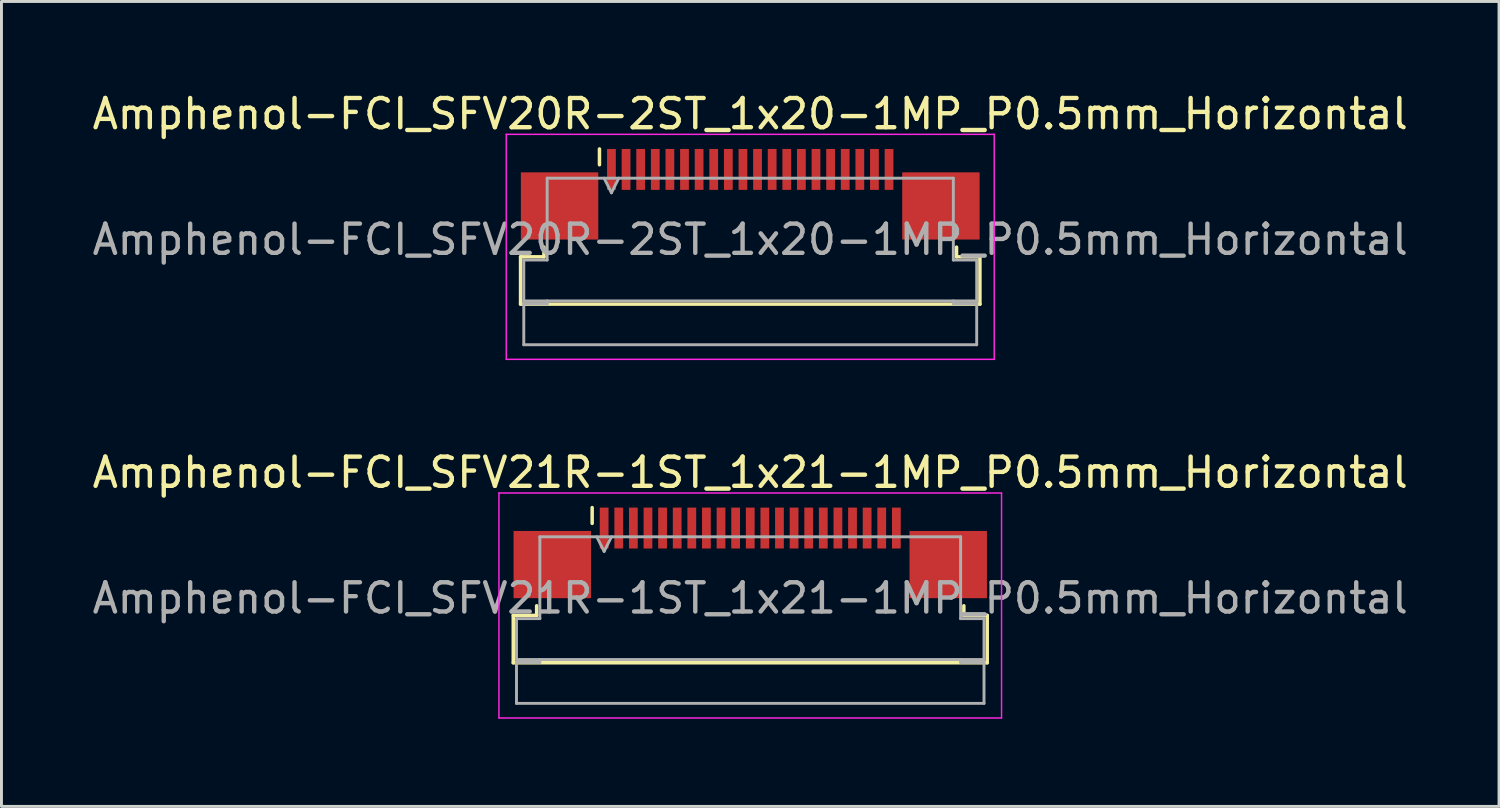
<source format=kicad_pcb>
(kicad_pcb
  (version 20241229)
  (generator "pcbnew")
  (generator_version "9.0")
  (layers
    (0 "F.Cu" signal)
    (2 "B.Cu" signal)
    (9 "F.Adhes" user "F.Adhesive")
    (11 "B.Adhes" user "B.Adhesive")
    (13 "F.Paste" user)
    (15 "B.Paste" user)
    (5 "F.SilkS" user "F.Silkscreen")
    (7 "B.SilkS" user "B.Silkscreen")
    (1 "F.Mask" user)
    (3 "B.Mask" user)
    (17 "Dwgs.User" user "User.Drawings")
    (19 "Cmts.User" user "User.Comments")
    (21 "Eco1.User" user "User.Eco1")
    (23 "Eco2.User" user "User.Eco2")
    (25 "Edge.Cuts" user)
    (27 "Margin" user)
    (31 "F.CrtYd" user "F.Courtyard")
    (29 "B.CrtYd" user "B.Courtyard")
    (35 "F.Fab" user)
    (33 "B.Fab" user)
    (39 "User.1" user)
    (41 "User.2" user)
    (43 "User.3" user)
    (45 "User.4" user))
  (footprint "Amphenol-FCI_SFV21R-1ST_1x21-1MP_P0.5mm_Horizontal"
    (layer "F.Cu")
    (at 22.625 17.021)
    (property "Reference" "Amphenol-FCI_SFV21R-1ST_1x21-1MP_P0.5mm_Horizontal" (at 0 -3.9 0) (layer "F.SilkS") (effects (font (size 1 1) (thickness 0.15))))
    (attr smd)
    (fp_line (start -8.11 0.99) (end -7.31 0.99) (stroke (width 0.12) (type solid)) (layer "F.SilkS"))
    (fp_line (start -8.11 2.61) (end -8.11 0.99) (stroke (width 0.12) (type solid)) (layer "F.SilkS"))
    (fp_line (start -7.31 0.99) (end -7.31 0.66) (stroke (width 0.12) (type solid)) (layer "F.SilkS"))
    (fp_line (start -5.41 -2.16) (end -5.41 -2.7) (stroke (width 0.12) (type solid)) (layer "F.SilkS"))
    (fp_line (start 7.31 0.66) (end 7.31 0.99) (stroke (width 0.12) (type solid)) (layer "F.SilkS"))
    (fp_line (start 7.31 0.99) (end 8.11 0.99) (stroke (width 0.12) (type solid)) (layer "F.SilkS"))
    (fp_line (start 8.11 0.99) (end 8.11 2.61) (stroke (width 0.12) (type solid)) (layer "F.SilkS"))
    (fp_line (start 8.11 2.61) (end -8.11 2.61) (stroke (width 0.12) (type solid)) (layer "F.SilkS"))
    (fp_line (start -8.6 -3.2) (end -8.6 4.5) (stroke (width 0.05) (type solid)) (layer "F.CrtYd"))
    (fp_line (start -8.6 4.5) (end 8.6 4.5) (stroke (width 0.05) (type solid)) (layer "F.CrtYd"))
    (fp_line (start 8.6 -3.2) (end -8.6 -3.2) (stroke (width 0.05) (type solid)) (layer "F.CrtYd"))
    (fp_line (start 8.6 4.5) (end 8.6 -3.2) (stroke (width 0.05) (type solid)) (layer "F.CrtYd"))
    (fp_line (start -8 1.1) (end -7.2 1.1) (stroke (width 0.1) (type solid)) (layer "F.Fab"))
    (fp_line (start -8 2.5) (end -8 1.1) (stroke (width 0.1) (type solid)) (layer "F.Fab"))
    (fp_line (start -8 2.6) (end -7.2 2.6) (stroke (width 0.1) (type solid)) (layer "F.Fab"))
    (fp_line (start -8 4) (end -8 2.6) (stroke (width 0.1) (type solid)) (layer "F.Fab"))
    (fp_line (start -7.2 -1.7) (end 7.2 -1.7) (stroke (width 0.1) (type solid)) (layer "F.Fab"))
    (fp_line (start -7.2 1.1) (end -7.2 -1.7) (stroke (width 0.1) (type solid)) (layer "F.Fab"))
    (fp_line (start -7.2 2.6) (end -7.2 2.5) (stroke (width 0.1) (type solid)) (layer "F.Fab"))
    (fp_line (start -5.25 -1.7) (end -5 -1.2) (stroke (width 0.1) (type solid)) (layer "F.Fab"))
    (fp_line (start -5 -1.2) (end -4.75 -1.7) (stroke (width 0.1) (type solid)) (layer "F.Fab"))
    (fp_line (start 7.2 -1.7) (end 7.2 1.1) (stroke (width 0.1) (type solid)) (layer "F.Fab"))
    (fp_line (start 7.2 1.1) (end 8 1.1) (stroke (width 0.1) (type solid)) (layer "F.Fab"))
    (fp_line (start 7.2 2.5) (end 7.2 2.6) (stroke (width 0.1) (type solid)) (layer "F.Fab"))
    (fp_line (start 7.2 2.6) (end 8 2.6) (stroke (width 0.1) (type solid)) (layer "F.Fab"))
    (fp_line (start 8 1.1) (end 8 2.5) (stroke (width 0.1) (type solid)) (layer "F.Fab"))
    (fp_line (start 8 2.5) (end -8 2.5) (stroke (width 0.1) (type solid)) (layer "F.Fab"))
    (fp_line (start 8 2.6) (end 8 4) (stroke (width 0.1) (type solid)) (layer "F.Fab"))
    (fp_line (start 8 4) (end -8 4) (stroke (width 0.1) (type solid)) (layer "F.Fab"))
    (fp_text user "${REFERENCE}" (at 0 0.4 0) (layer "F.Fab") (effects (font (size 1 1) (thickness 0.15))))
    (pad "1" smd rect (at -5 -2) (size 0.3 1.4) (layers "F.Cu" "F.Mask" "F.Paste"))
    (pad "2" smd rect (at -4.5 -2) (size 0.3 1.4) (layers "F.Cu" "F.Mask" "F.Paste"))
    (pad "3" smd rect (at -4 -2) (size 0.3 1.4) (layers "F.Cu" "F.Mask" "F.Paste"))
    (pad "4" smd rect (at -3.5 -2) (size 0.3 1.4) (layers "F.Cu" "F.Mask" "F.Paste"))
    (pad "5" smd rect (at -3 -2) (size 0.3 1.4) (layers "F.Cu" "F.Mask" "F.Paste"))
    (pad "6" smd rect (at -2.5 -2) (size 0.3 1.4) (layers "F.Cu" "F.Mask" "F.Paste"))
    (pad "7" smd rect (at -2 -2) (size 0.3 1.4) (layers "F.Cu" "F.Mask" "F.Paste"))
    (pad "8" smd rect (at -1.5 -2) (size 0.3 1.4) (layers "F.Cu" "F.Mask" "F.Paste"))
    (pad "9" smd rect (at -1 -2) (size 0.3 1.4) (layers "F.Cu" "F.Mask" "F.Paste"))
    (pad "10" smd rect (at -0.5 -2) (size 0.3 1.4) (layers "F.Cu" "F.Mask" "F.Paste"))
    (pad "11" smd rect (at 0 -2) (size 0.3 1.4) (layers "F.Cu" "F.Mask" "F.Paste"))
    (pad "12" smd rect (at 0.5 -2) (size 0.3 1.4) (layers "F.Cu" "F.Mask" "F.Paste"))
    (pad "13" smd rect (at 1 -2) (size 0.3 1.4) (layers "F.Cu" "F.Mask" "F.Paste"))
    (pad "14" smd rect (at 1.5 -2) (size 0.3 1.4) (layers "F.Cu" "F.Mask" "F.Paste"))
    (pad "15" smd rect (at 2 -2) (size 0.3 1.4) (layers "F.Cu" "F.Mask" "F.Paste"))
    (pad "16" smd rect (at 2.5 -2) (size 0.3 1.4) (layers "F.Cu" "F.Mask" "F.Paste"))
    (pad "17" smd rect (at 3 -2) (size 0.3 1.4) (layers "F.Cu" "F.Mask" "F.Paste"))
    (pad "18" smd rect (at 3.5 -2) (size 0.3 1.4) (layers "F.Cu" "F.Mask" "F.Paste"))
    (pad "19" smd rect (at 4 -2) (size 0.3 1.4) (layers "F.Cu" "F.Mask" "F.Paste"))
    (pad "20" smd rect (at 4.5 -2) (size 0.3 1.4) (layers "F.Cu" "F.Mask" "F.Paste"))
    (pad "21" smd rect (at 5 -2) (size 0.3 1.4) (layers "F.Cu" "F.Mask" "F.Paste"))
    (pad "MP" smd rect (at -6.775 -0.75) (size 2.65 2.3) (layers "F.Cu" "F.Mask" "F.Paste"))
    (pad "MP" smd rect (at 6.775 -0.75) (size 2.65 2.3) (layers "F.Cu" "F.Mask" "F.Paste")))
  (footprint "Amphenol-FCI_SFV20R-2ST_1x20-1MP_P0.5mm_Horizontal"
    (layer "F.Cu")
    (at 22.625 4.748)
    (property "Reference" "Amphenol-FCI_SFV20R-2ST_1x20-1MP_P0.5mm_Horizontal" (at 0 -3.9 0) (layer "F.SilkS") (effects (font (size 1 1) (thickness 0.15))))
    (attr smd)
    (fp_line (start -7.86 0.99) (end -7.06 0.99) (stroke (width 0.12) (type solid)) (layer "F.SilkS"))
    (fp_line (start -7.86 2.61) (end -7.86 0.99) (stroke (width 0.12) (type solid)) (layer "F.SilkS"))
    (fp_line (start -7.06 0.99) (end -7.06 0.66) (stroke (width 0.12) (type solid)) (layer "F.SilkS"))
    (fp_line (start -5.16 -2.16) (end -5.16 -2.7) (stroke (width 0.12) (type solid)) (layer "F.SilkS"))
    (fp_line (start 7.06 0.66) (end 7.06 0.99) (stroke (width 0.12) (type solid)) (layer "F.SilkS"))
    (fp_line (start 7.06 0.99) (end 7.86 0.99) (stroke (width 0.12) (type solid)) (layer "F.SilkS"))
    (fp_line (start 7.86 0.99) (end 7.86 2.61) (stroke (width 0.12) (type solid)) (layer "F.SilkS"))
    (fp_line (start 7.86 2.61) (end -7.86 2.61) (stroke (width 0.12) (type solid)) (layer "F.SilkS"))
    (fp_line (start -8.35 -3.2) (end -8.35 4.5) (stroke (width 0.05) (type solid)) (layer "F.CrtYd"))
    (fp_line (start -8.35 4.5) (end 8.35 4.5) (stroke (width 0.05) (type solid)) (layer "F.CrtYd"))
    (fp_line (start 8.35 -3.2) (end -8.35 -3.2) (stroke (width 0.05) (type solid)) (layer "F.CrtYd"))
    (fp_line (start 8.35 4.5) (end 8.35 -3.2) (stroke (width 0.05) (type solid)) (layer "F.CrtYd"))
    (fp_line (start -7.75 1.1) (end -6.95 1.1) (stroke (width 0.1) (type solid)) (layer "F.Fab"))
    (fp_line (start -7.75 2.5) (end -7.75 1.1) (stroke (width 0.1) (type solid)) (layer "F.Fab"))
    (fp_line (start -7.75 2.6) (end -6.95 2.6) (stroke (width 0.1) (type solid)) (layer "F.Fab"))
    (fp_line (start -7.75 4) (end -7.75 2.6) (stroke (width 0.1) (type solid)) (layer "F.Fab"))
    (fp_line (start -6.95 -1.7) (end 6.95 -1.7) (stroke (width 0.1) (type solid)) (layer "F.Fab"))
    (fp_line (start -6.95 1.1) (end -6.95 -1.7) (stroke (width 0.1) (type solid)) (layer "F.Fab"))
    (fp_line (start -6.95 2.6) (end -6.95 2.5) (stroke (width 0.1) (type solid)) (layer "F.Fab"))
    (fp_line (start -5 -1.7) (end -4.75 -1.2) (stroke (width 0.1) (type solid)) (layer "F.Fab"))
    (fp_line (start -4.75 -1.2) (end -4.5 -1.7) (stroke (width 0.1) (type solid)) (layer "F.Fab"))
    (fp_line (start 6.95 -1.7) (end 6.95 1.1) (stroke (width 0.1) (type solid)) (layer "F.Fab"))
    (fp_line (start 6.95 1.1) (end 7.75 1.1) (stroke (width 0.1) (type solid)) (layer "F.Fab"))
    (fp_line (start 6.95 2.5) (end 6.95 2.6) (stroke (width 0.1) (type solid)) (layer "F.Fab"))
    (fp_line (start 6.95 2.6) (end 7.75 2.6) (stroke (width 0.1) (type solid)) (layer "F.Fab"))
    (fp_line (start 7.75 1.1) (end 7.75 2.5) (stroke (width 0.1) (type solid)) (layer "F.Fab"))
    (fp_line (start 7.75 2.5) (end -7.75 2.5) (stroke (width 0.1) (type solid)) (layer "F.Fab"))
    (fp_line (start 7.75 2.6) (end 7.75 4) (stroke (width 0.1) (type solid)) (layer "F.Fab"))
    (fp_line (start 7.75 4) (end -7.75 4) (stroke (width 0.1) (type solid)) (layer "F.Fab"))
    (fp_text user "${REFERENCE}" (at 0 0.4 0) (layer "F.Fab") (effects (font (size 1 1) (thickness 0.15))))
    (pad "1" smd rect (at -4.75 -2) (size 0.3 1.4) (layers "F.Cu" "F.Mask" "F.Paste"))
    (pad "2" smd rect (at -4.25 -2) (size 0.3 1.4) (layers "F.Cu" "F.Mask" "F.Paste"))
    (pad "3" smd rect (at -3.75 -2) (size 0.3 1.4) (layers "F.Cu" "F.Mask" "F.Paste"))
    (pad "4" smd rect (at -3.25 -2) (size 0.3 1.4) (layers "F.Cu" "F.Mask" "F.Paste"))
    (pad "5" smd rect (at -2.75 -2) (size 0.3 1.4) (layers "F.Cu" "F.Mask" "F.Paste"))
    (pad "6" smd rect (at -2.25 -2) (size 0.3 1.4) (layers "F.Cu" "F.Mask" "F.Paste"))
    (pad "7" smd rect (at -1.75 -2) (size 0.3 1.4) (layers "F.Cu" "F.Mask" "F.Paste"))
    (pad "8" smd rect (at -1.25 -2) (size 0.3 1.4) (layers "F.Cu" "F.Mask" "F.Paste"))
    (pad "9" smd rect (at -0.75 -2) (size 0.3 1.4) (layers "F.Cu" "F.Mask" "F.Paste"))
    (pad "10" smd rect (at -0.25 -2) (size 0.3 1.4) (layers "F.Cu" "F.Mask" "F.Paste"))
    (pad "11" smd rect (at 0.25 -2) (size 0.3 1.4) (layers "F.Cu" "F.Mask" "F.Paste"))
    (pad "12" smd rect (at 0.75 -2) (size 0.3 1.4) (layers "F.Cu" "F.Mask" "F.Paste"))
    (pad "13" smd rect (at 1.25 -2) (size 0.3 1.4) (layers "F.Cu" "F.Mask" "F.Paste"))
    (pad "14" smd rect (at 1.75 -2) (size 0.3 1.4) (layers "F.Cu" "F.Mask" "F.Paste"))
    (pad "15" smd rect (at 2.25 -2) (size 0.3 1.4) (layers "F.Cu" "F.Mask" "F.Paste"))
    (pad "16" smd rect (at 2.75 -2) (size 0.3 1.4) (layers "F.Cu" "F.Mask" "F.Paste"))
    (pad "17" smd rect (at 3.25 -2) (size 0.3 1.4) (layers "F.Cu" "F.Mask" "F.Paste"))
    (pad "18" smd rect (at 3.75 -2) (size 0.3 1.4) (layers "F.Cu" "F.Mask" "F.Paste"))
    (pad "19" smd rect (at 4.25 -2) (size 0.3 1.4) (layers "F.Cu" "F.Mask" "F.Paste"))
    (pad "20" smd rect (at 4.75 -2) (size 0.3 1.4) (layers "F.Cu" "F.Mask" "F.Paste"))
    (pad "MP" smd rect (at -6.525 -0.75) (size 2.65 2.3) (layers "F.Cu" "F.Mask" "F.Paste"))
    (pad "MP" smd rect (at 6.525 -0.75) (size 2.65 2.3) (layers "F.Cu" "F.Mask" "F.Paste")))
  (gr_rect
    (start -3 -3)
    (end 48.25 24.547)
    (stroke (width 0.1) (type default))
    (fill no)
    (layer "Edge.Cuts")))
</source>
